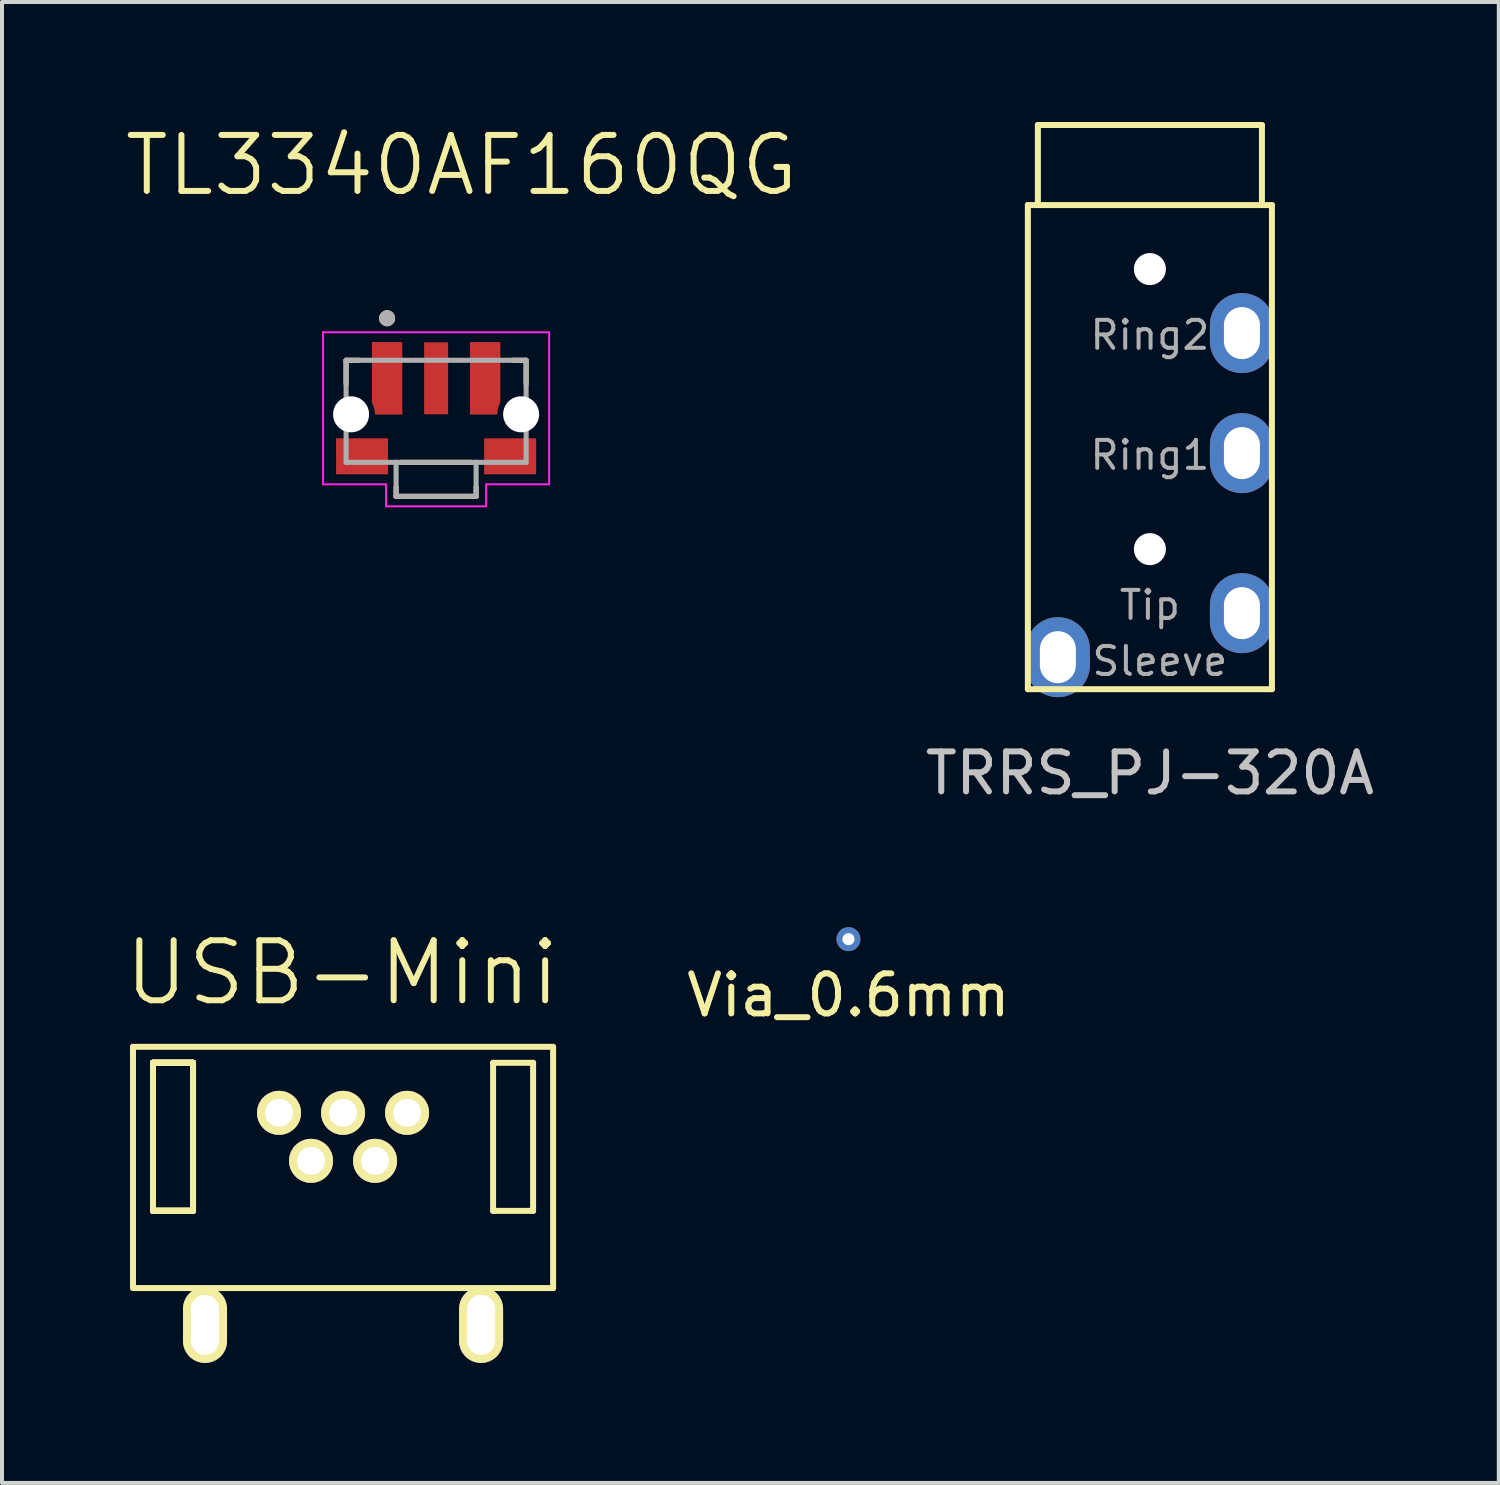
<source format=kicad_pcb>
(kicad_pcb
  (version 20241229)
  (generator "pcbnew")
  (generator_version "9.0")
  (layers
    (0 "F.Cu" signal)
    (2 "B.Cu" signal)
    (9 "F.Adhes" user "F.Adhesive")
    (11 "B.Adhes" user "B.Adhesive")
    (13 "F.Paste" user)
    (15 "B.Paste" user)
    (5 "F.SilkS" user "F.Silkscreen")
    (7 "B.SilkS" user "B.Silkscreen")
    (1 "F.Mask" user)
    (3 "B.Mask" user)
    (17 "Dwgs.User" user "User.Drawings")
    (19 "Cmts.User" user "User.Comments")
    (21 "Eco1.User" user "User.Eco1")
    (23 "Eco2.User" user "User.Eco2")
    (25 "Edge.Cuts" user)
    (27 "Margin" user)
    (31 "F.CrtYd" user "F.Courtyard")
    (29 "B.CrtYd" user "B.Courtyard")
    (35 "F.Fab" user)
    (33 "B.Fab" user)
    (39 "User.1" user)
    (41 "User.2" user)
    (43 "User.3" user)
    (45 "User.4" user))
  (footprint "TRRS_PJ-320A"
    (layer "F.Cu")
    (at 25.69 2.075)
    (property "Reference" "TRRS_PJ-320A" (at 0 14.2 0) (layer "Dwgs.User") (effects (font (size 1 1) (thickness 0.15))))
    (attr through_hole)
    (fp_line (start -3.05 0) (end -3.05 12.1) (stroke (width 0.15) (type solid)) (layer "F.SilkS"))
    (fp_line (start -2.8 0) (end -2.8 -2) (stroke (width 0.15) (type solid)) (layer "F.SilkS"))
    (fp_line (start 2.8 -2) (end -2.8 -2) (stroke (width 0.15) (type solid)) (layer "F.SilkS"))
    (fp_line (start 2.8 0) (end 2.8 -2) (stroke (width 0.15) (type solid)) (layer "F.SilkS"))
    (fp_line (start 3.05 0) (end -3.05 0) (stroke (width 0.15) (type solid)) (layer "F.SilkS"))
    (fp_line (start 3.05 0) (end 3.05 12.1) (stroke (width 0.15) (type solid)) (layer "F.SilkS"))
    (fp_line (start 3.05 12.1) (end -3.05 12.1) (stroke (width 0.15) (type solid)) (layer "F.SilkS"))
    (fp_text user "Sleeve" (at 0.25 11.4 0) (layer "F.Fab") (effects (font (size 0.7 0.7) (thickness 0.1))))
    (fp_text user "Ring1" (at 0 6.25 0) (layer "F.Fab") (effects (font (size 0.7 0.7) (thickness 0.1))))
    (fp_text user "Ring2" (at 0 3.25 0) (layer "F.Fab") (effects (font (size 0.7 0.7) (thickness 0.1))))
    (fp_text user "Tip" (at 0 10 0) (layer "F.Fab") (effects (font (size 0.7 0.7) (thickness 0.1))))
    (pad "" np_thru_hole circle (at 0 1.6) (size 0.8 0.8) (drill 0.8) (layers "*.Cu" "*.Mask"))
    (pad "" np_thru_hole circle (at 0 8.6) (size 0.8 0.8) (drill 0.8) (layers "*.Cu" "*.Mask"))
    (pad "1" thru_hole oval (at -2.3 11.3) (size 1.6 2) (drill oval 0.9 1.3) (layers "*.Cu" "*.Mask"))
    (pad "2" thru_hole oval (at 2.3 10.2) (size 1.6 2) (drill oval 0.9 1.3) (layers "*.Cu" "*.Mask"))
    (pad "3" thru_hole oval (at 2.3 6.2) (size 1.6 2) (drill oval 0.9 1.3) (layers "*.Cu" "*.Mask"))
    (pad "4" thru_hole oval (at 2.3 3.2) (size 1.6 2) (drill oval 0.9 1.3) (layers "*.Cu" "*.Mask")))
  (footprint "USB-Mini"
    (layer "F.Cu")
    (at 5.524 25.364)
    (property "Reference" "USB-Mini" (at -0.02 -4.1 0) (layer "F.SilkS") (effects (font (size 1.5 1.5) (thickness 0.15))))
    (attr through_hole)
    (fp_line (start -5.25 -2.25) (end -5.25 3.73) (stroke (width 0.15) (type solid)) (layer "F.SilkS"))
    (fp_line (start -5.25 3.78) (end 5.25 3.78) (stroke (width 0.15) (type solid)) (layer "F.SilkS"))
    (fp_line (start -4.75 -1.85) (end -4.75 1.85) (stroke (width 0.15) (type solid)) (layer "F.SilkS"))
    (fp_line (start -4.75 -1.85) (end -4.75 1.85) (stroke (width 0.15) (type solid)) (layer "F.SilkS"))
    (fp_line (start -4.75 -1.85) (end -4.75 1.85) (stroke (width 0.15) (type solid)) (layer "F.SilkS"))
    (fp_line (start -4.75 -1.85) (end -4.75 1.85) (stroke (width 0.15) (type solid)) (layer "F.SilkS"))
    (fp_line (start -4.75 -1.85) (end -4.75 1.85) (stroke (width 0.15) (type solid)) (layer "F.SilkS"))
    (fp_line (start -4.75 -1.85) (end -4.75 1.85) (stroke (width 0.15) (type solid)) (layer "F.SilkS"))
    (fp_line (start -4.75 -1.85) (end -4.75 1.85) (stroke (width 0.15) (type solid)) (layer "F.SilkS"))
    (fp_line (start -4.75 -1.85) (end -4.75 1.85) (stroke (width 0.15) (type solid)) (layer "F.SilkS"))
    (fp_line (start -4.75 -1.85) (end -3.75 -1.85) (stroke (width 0.15) (type solid)) (layer "F.SilkS"))
    (fp_line (start -4.75 -1.85) (end -3.75 -1.85) (stroke (width 0.15) (type solid)) (layer "F.SilkS"))
    (fp_line (start -4.75 -1.85) (end -3.75 -1.85) (stroke (width 0.15) (type solid)) (layer "F.SilkS"))
    (fp_line (start -4.75 -1.85) (end -3.75 -1.85) (stroke (width 0.15) (type solid)) (layer "F.SilkS"))
    (fp_line (start -4.75 -1.85) (end -3.75 -1.85) (stroke (width 0.15) (type solid)) (layer "F.SilkS"))
    (fp_line (start -4.75 -1.85) (end -3.75 -1.85) (stroke (width 0.15) (type solid)) (layer "F.SilkS"))
    (fp_line (start -4.75 -1.85) (end -3.75 -1.85) (stroke (width 0.15) (type solid)) (layer "F.SilkS"))
    (fp_line (start -4.75 -1.85) (end -3.75 -1.85) (stroke (width 0.15) (type solid)) (layer "F.SilkS"))
    (fp_line (start -4.75 1.85) (end -3.75 1.85) (stroke (width 0.15) (type solid)) (layer "F.SilkS"))
    (fp_line (start -4.75 1.85) (end -3.75 1.85) (stroke (width 0.15) (type solid)) (layer "F.SilkS"))
    (fp_line (start -4.75 1.85) (end -3.75 1.85) (stroke (width 0.15) (type solid)) (layer "F.SilkS"))
    (fp_line (start -4.75 1.85) (end -3.75 1.85) (stroke (width 0.15) (type solid)) (layer "F.SilkS"))
    (fp_line (start -4.75 1.85) (end -3.75 1.85) (stroke (width 0.15) (type solid)) (layer "F.SilkS"))
    (fp_line (start -4.75 1.85) (end -3.75 1.85) (stroke (width 0.15) (type solid)) (layer "F.SilkS"))
    (fp_line (start -4.75 1.85) (end -3.75 1.85) (stroke (width 0.15) (type solid)) (layer "F.SilkS"))
    (fp_line (start -4.75 1.85) (end -3.75 1.85) (stroke (width 0.15) (type solid)) (layer "F.SilkS"))
    (fp_line (start -3.75 -1.85) (end -3.75 1.85) (stroke (width 0.15) (type solid)) (layer "F.SilkS"))
    (fp_line (start -3.75 -1.85) (end -3.75 1.85) (stroke (width 0.15) (type solid)) (layer "F.SilkS"))
    (fp_line (start -3.75 -1.85) (end -3.75 1.85) (stroke (width 0.15) (type solid)) (layer "F.SilkS"))
    (fp_line (start -3.75 -1.85) (end -3.75 1.85) (stroke (width 0.15) (type solid)) (layer "F.SilkS"))
    (fp_line (start -3.75 -1.85) (end -3.75 1.85) (stroke (width 0.15) (type solid)) (layer "F.SilkS"))
    (fp_line (start -3.75 -1.85) (end -3.75 1.85) (stroke (width 0.15) (type solid)) (layer "F.SilkS"))
    (fp_line (start -3.75 -1.85) (end -3.75 1.85) (stroke (width 0.15) (type solid)) (layer "F.SilkS"))
    (fp_line (start -3.75 -1.85) (end -3.75 1.85) (stroke (width 0.15) (type solid)) (layer "F.SilkS"))
    (fp_line (start 3.75 -1.85) (end 3.75 1.85) (stroke (width 0.15) (type solid)) (layer "F.SilkS"))
    (fp_line (start 3.75 -1.85) (end 4.75 -1.85) (stroke (width 0.15) (type solid)) (layer "F.SilkS"))
    (fp_line (start 3.75 1.85) (end 4.75 1.85) (stroke (width 0.15) (type solid)) (layer "F.SilkS"))
    (fp_line (start 4.75 -1.85) (end 4.75 1.85) (stroke (width 0.15) (type solid)) (layer "F.SilkS"))
    (fp_line (start 5.25 -2.25) (end -5.25 -2.25) (stroke (width 0.15) (type solid)) (layer "F.SilkS"))
    (fp_line (start 5.25 3.78) (end 5.25 -2.25) (stroke (width 0.15) (type solid)) (layer "F.SilkS"))
    (pad "1" thru_hole circle (at -1.6 -0.6) (size 1.1 1.1) (drill 0.7) (layers "*.Cu" "*.Mask" "F.SilkS"))
    (pad "2" thru_hole circle (at -0.8 0.6) (size 1.1 1.1) (drill 0.7) (layers "*.Cu" "*.Mask" "F.SilkS"))
    (pad "3" thru_hole circle (at 0 -0.6) (size 1.1 1.1) (drill 0.7) (layers "*.Cu" "*.Mask" "F.SilkS"))
    (pad "4" thru_hole circle (at 0.8 0.6) (size 1.1 1.1) (drill 0.7) (layers "*.Cu" "*.Mask" "F.SilkS"))
    (pad "5" thru_hole circle (at 1.6 -0.6) (size 1.1 1.1) (drill 0.7) (layers "*.Cu" "*.Mask" "F.SilkS"))
    (pad "6" thru_hole oval (at -3.45 4.7) (size 1.1 1.9) (drill oval 0.7 1.5) (layers "*.Cu" "*.Mask" "F.SilkS"))
    (pad "6" thru_hole oval (at 3.45 4.7) (size 1.1 1.9) (drill oval 0.7 1.5) (layers "*.Cu" "*.Mask" "F.SilkS")))
  (footprint "Via_0.6mm"
    (layer "F.Cu")
    (at 18.156 20.423)
    (property "Reference" "Via_0.6mm" (at 0 1.4 0) (layer "F.SilkS") (effects (font (size 1 1) (thickness 0.15))))
    (attr through_hole)
    (pad "1" thru_hole circle (at 0 0) (size 0.6 0.6) (drill 0.3) (layers "*.Cu")))
  (footprint "TL3340AF160QG"
    (layer "F.Cu")
    (at 7.85 7.305)
    (property "Reference" "TL3340AF160QG" (at 0.635 -6.223 0) (layer "F.SilkS") (effects (font (size 1.4 1.4) (thickness 0.15))))
    (attr smd)
    (fp_poly (pts (xy -1.7 -1.9) (xy -0.75 -1.9) (xy -0.75 0.1) (xy -1.533 0.1) (xy -1.531 0.083) (xy -1.528 0.048) (xy -1.527 0.013) (xy -1.527 -0.021) (xy -1.528 -0.039) (xy -1.528 -0.039) (xy -1.529 -0.048) (xy -1.531 -0.067) (xy -1.534 -0.086) (xy -1.537 -0.105) (xy -1.539 -0.114) (xy -1.54 -0.123) (xy -1.544 -0.142) (xy -1.549 -0.16) (xy -1.553 -0.178) (xy -1.556 -0.187) (xy -1.569 -0.219) (xy -1.599 -0.282) (xy -1.635 -0.342) (xy -1.677 -0.397) (xy -1.7 -0.423)) (stroke (width 0.01) (type solid)) (fill yes) (layer "F.Mask"))
    (fp_poly (pts (xy 1.7 -1.9) (xy 0.75 -1.9) (xy 0.75 0.1) (xy 1.533 0.1) (xy 1.531 0.083) (xy 1.528 0.048) (xy 1.527 0.013) (xy 1.527 -0.021) (xy 1.528 -0.039) (xy 1.528 -0.039) (xy 1.529 -0.048) (xy 1.531 -0.067) (xy 1.534 -0.086) (xy 1.537 -0.105) (xy 1.539 -0.114) (xy 1.539 -0.114) (xy 1.54 -0.123) (xy 1.544 -0.142) (xy 1.549 -0.16) (xy 1.553 -0.178) (xy 1.556 -0.187) (xy 1.569 -0.219) (xy 1.599 -0.282) (xy 1.635 -0.342) (xy 1.677 -0.397) (xy 1.7 -0.423) (xy 1.7 -0.423)) (stroke (width 0.01) (type solid)) (fill yes) (layer "F.Mask"))
    (fp_line (start -2.25 -1.35) (end -2.25 -0.763) (stroke (width 0.127) (type solid)) (layer "F.SilkS"))
    (fp_line (start -1.913 -1.35) (end -2.25 -1.35) (stroke (width 0.127) (type solid)) (layer "F.SilkS"))
    (fp_line (start -1 2.05) (end -1 1.813) (stroke (width 0.127) (type solid)) (layer "F.SilkS"))
    (fp_line (start -1 2.05) (end 1 2.05) (stroke (width 0.127) (type solid)) (layer "F.SilkS"))
    (fp_line (start -0.886 1.2) (end 0.886 1.2) (stroke (width 0.127) (type solid)) (layer "F.SilkS"))
    (fp_line (start 1 2.05) (end 1 1.813) (stroke (width 0.127) (type solid)) (layer "F.SilkS"))
    (fp_line (start 1.913 -1.35) (end 2.25 -1.35) (stroke (width 0.127) (type solid)) (layer "F.SilkS"))
    (fp_line (start 2.25 -1.35) (end 2.25 -0.763) (stroke (width 0.127) (type solid)) (layer "F.SilkS"))
    (fp_circle (center -1.225 -2.4) (end -1.125 -2.4) (stroke (width 0.2) (type solid)) (fill no) (layer "F.SilkS"))
    (fp_poly (pts (xy -1.6 -1.8) (xy -0.85 -1.8) (xy -0.85 0) (xy -1.525 0) (xy -1.525 -0.009) (xy -1.525 -0.027) (xy -1.526 -0.045) (xy -1.529 -0.063) (xy -1.53 -0.071) (xy -1.53 -0.071) (xy -1.531 -0.08) (xy -1.533 -0.098) (xy -1.536 -0.116) (xy -1.54 -0.134) (xy -1.543 -0.143) (xy -1.545 -0.153) (xy -1.551 -0.175) (xy -1.557 -0.196) (xy -1.565 -0.217) (xy -1.569 -0.227) (xy -1.572 -0.236) (xy -1.579 -0.252) (xy -1.587 -0.268) (xy -1.595 -0.283) (xy -1.6 -0.29) (xy -1.6 -0.3)) (stroke (width 0.01) (type solid)) (fill yes) (layer "F.Paste"))
    (fp_poly (pts (xy 1.6 -1.8) (xy 0.85 -1.8) (xy 0.85 0) (xy 1.525 0) (xy 1.525 -0.009) (xy 1.525 -0.027) (xy 1.526 -0.045) (xy 1.529 -0.063) (xy 1.53 -0.071) (xy 1.53 -0.071) (xy 1.531 -0.08) (xy 1.533 -0.098) (xy 1.536 -0.116) (xy 1.54 -0.134) (xy 1.543 -0.143) (xy 1.545 -0.153) (xy 1.551 -0.175) (xy 1.557 -0.196) (xy 1.565 -0.217) (xy 1.569 -0.227) (xy 1.572 -0.236) (xy 1.579 -0.252) (xy 1.587 -0.268) (xy 1.595 -0.283) (xy 1.6 -0.29) (xy 1.6 -0.3)) (stroke (width 0.01) (type solid)) (fill yes) (layer "F.Paste"))
    (fp_line (start -2.825 -2.05) (end -2.825 1.75) (stroke (width 0.05) (type solid)) (layer "F.CrtYd"))
    (fp_line (start -2.825 1.75) (end -1.25 1.75) (stroke (width 0.05) (type solid)) (layer "F.CrtYd"))
    (fp_line (start -1.25 1.75) (end -1.25 2.3) (stroke (width 0.05) (type solid)) (layer "F.CrtYd"))
    (fp_line (start -1.25 2.3) (end 1.25 2.3) (stroke (width 0.05) (type solid)) (layer "F.CrtYd"))
    (fp_line (start 1.25 1.75) (end 2.825 1.75) (stroke (width 0.05) (type solid)) (layer "F.CrtYd"))
    (fp_line (start 1.25 2.3) (end 1.25 1.75) (stroke (width 0.05) (type solid)) (layer "F.CrtYd"))
    (fp_line (start 2.825 -2.05) (end -2.825 -2.05) (stroke (width 0.05) (type solid)) (layer "F.CrtYd"))
    (fp_line (start 2.825 1.75) (end 2.825 -2.05) (stroke (width 0.05) (type solid)) (layer "F.CrtYd"))
    (fp_line (start -2.25 -1.35) (end -2.25 1.2) (stroke (width 0.127) (type solid)) (layer "F.Fab"))
    (fp_line (start -2.25 1.2) (end -1 1.2) (stroke (width 0.127) (type solid)) (layer "F.Fab"))
    (fp_line (start -1 1.2) (end -1 2.05) (stroke (width 0.127) (type solid)) (layer "F.Fab"))
    (fp_line (start -1 1.2) (end 1 1.2) (stroke (width 0.127) (type solid)) (layer "F.Fab"))
    (fp_line (start -1 2.05) (end 1 2.05) (stroke (width 0.127) (type solid)) (layer "F.Fab"))
    (fp_line (start 1 1.2) (end 2.25 1.2) (stroke (width 0.127) (type solid)) (layer "F.Fab"))
    (fp_line (start 1 2.05) (end 1 1.2) (stroke (width 0.127) (type solid)) (layer "F.Fab"))
    (fp_line (start 2.25 -1.35) (end -2.25 -1.35) (stroke (width 0.127) (type solid)) (layer "F.Fab"))
    (fp_line (start 2.25 1.2) (end 2.25 -1.35) (stroke (width 0.127) (type solid)) (layer "F.Fab"))
    (fp_circle (center -1.225 -2.4) (end -1.125 -2.4) (stroke (width 0.2) (type solid)) (fill no) (layer "F.Fab"))
    (pad "" np_thru_hole circle (at -2.125 0) (size 0.9 0.9) (drill 0.9) (layers "*.Cu" "*.Mask"))
    (pad "" np_thru_hole circle (at 2.125 0) (size 0.9 0.9) (drill 0.9) (layers "*.Cu" "*.Mask"))
    (pad "1" smd custom (at -1.225 -0.9) (size 0.2 0.2) (layers "F.Cu") (options (anchor rect)) (primitives (gr_poly (pts (xy -0.375 -0.9) (xy 0.375 -0.9) (xy 0.375 0.9) (xy -0.3 0.9) (xy -0.3 0.891) (xy -0.3 0.873) (xy -0.301 0.855) (xy -0.304 0.837) (xy -0.305 0.829) (xy -0.305 0.829) (xy -0.306 0.82) (xy -0.308 0.802) (xy -0.311 0.784) (xy -0.315 0.766) (xy -0.318 0.757) (xy -0.32 0.747) (xy -0.326 0.725) (xy -0.332 0.704) (xy -0.34 0.683) (xy -0.344 0.673) (xy -0.347 0.664) (xy -0.354 0.648) (xy -0.362 0.632) (xy -0.37 0.617) (xy -0.375 0.61) (xy -0.375 0.6)) (width 0.01) (fill yes))))
    (pad "2" smd rect (at 0 -0.9) (size 0.6 1.8) (layers "F.Cu" "F.Mask" "F.Paste"))
    (pad "3" smd custom (at 1.225 -0.9) (size 0.2 0.2) (layers "F.Cu") (options (anchor rect)) (primitives (gr_poly (pts (xy 0.375 -0.9) (xy -0.375 -0.9) (xy -0.375 0.9) (xy 0.3 0.9) (xy 0.3 0.891) (xy 0.3 0.873) (xy 0.301 0.855) (xy 0.304 0.837) (xy 0.305 0.829) (xy 0.305 0.829) (xy 0.306 0.82) (xy 0.308 0.802) (xy 0.311 0.784) (xy 0.315 0.766) (xy 0.318 0.757) (xy 0.32 0.747) (xy 0.326 0.725) (xy 0.332 0.704) (xy 0.34 0.683) (xy 0.344 0.673) (xy 0.347 0.664) (xy 0.354 0.648) (xy 0.362 0.632) (xy 0.37 0.617) (xy 0.375 0.61) (xy 0.375 0.6)) (width 0.01) (fill yes))))
    (pad "S1" smd rect (at -1.85 1.05) (size 1.3 0.9) (layers "F.Cu" "F.Mask" "F.Paste"))
    (pad "S2" smd rect (at 1.85 1.05) (size 1.3 0.9) (layers "F.Cu" "F.Mask" "F.Paste"))
    (zone (net_name "") (layer "F.Cu") (hatch full 0.508) (connect_pads) (min_thickness 0.01) (filled_areas_thickness no) (keepout (tracks not_allowed) (vias not_allowed) (pads not_allowed) (copperpour not_allowed) (footprints allowed)) (placement (enabled no)) (fill) (polygon (pts (xy 6.85 7.605) (xy 8.85 7.605) (xy 8.85 8.805) (xy 6.85 8.805))))
    (zone (net_name "") (layers "F.Cu" "B.Cu") (hatch full 0.508) (connect_pads) (min_thickness 0.01) (filled_areas_thickness no) (keepout (tracks allowed) (vias not_allowed) (pads allowed) (copperpour allowed) (footprints allowed)) (placement (enabled no)) (fill) (polygon (pts (xy 6.85 7.605) (xy 8.85 7.605) (xy 8.85 8.805) (xy 6.85 8.805)))))
  (gr_rect
    (start -3 -3)
    (end 34.41 34.014)
    (stroke (width 0.1) (type default))
    (fill no)
    (layer "Edge.Cuts")))
</source>
